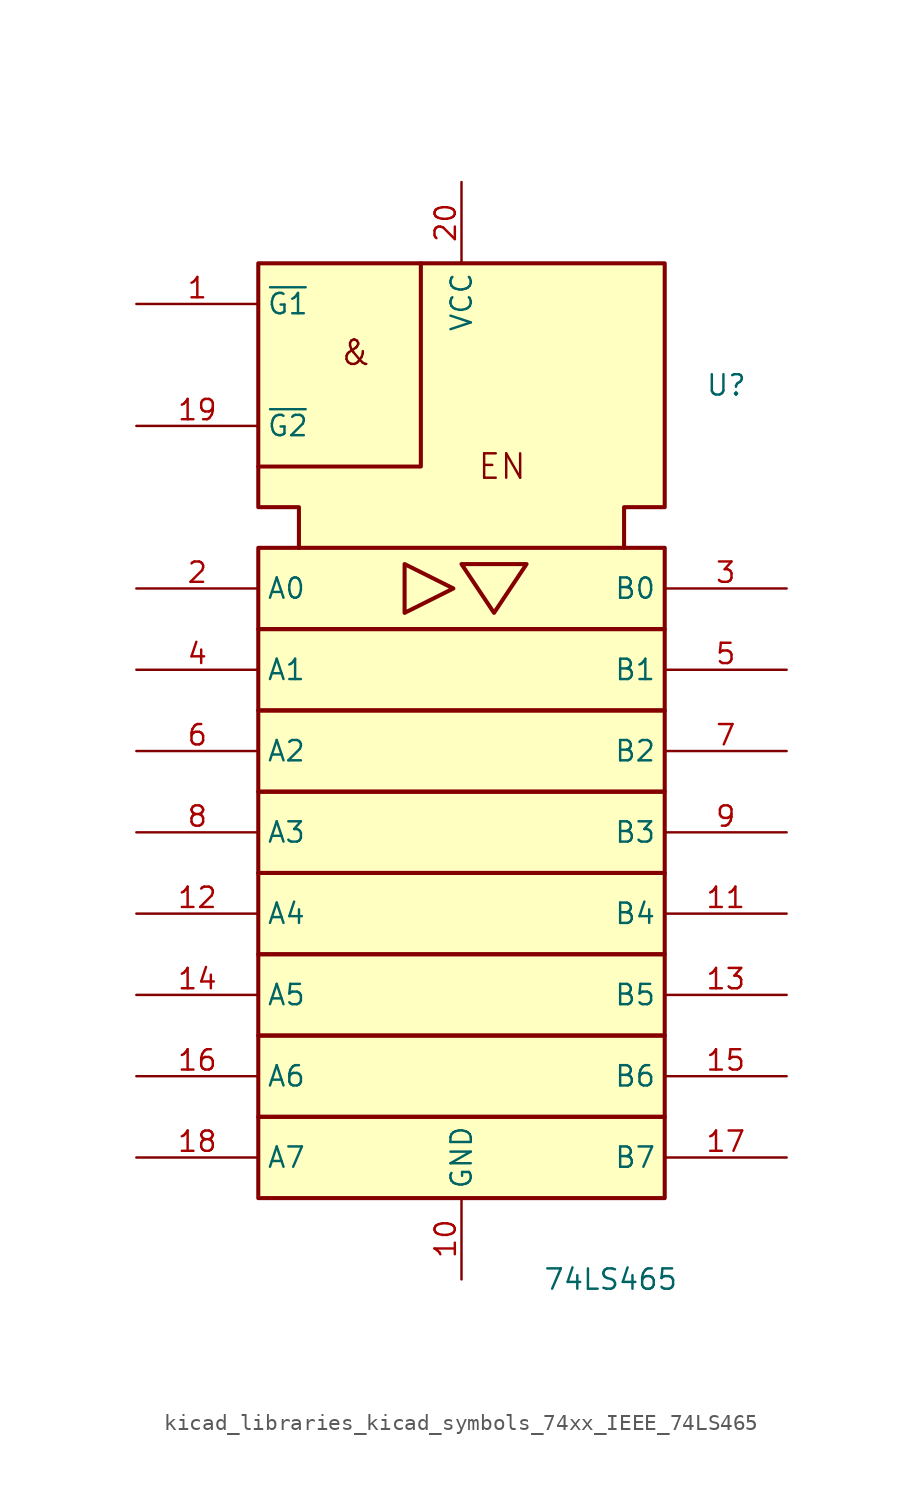
<source format=kicad_sym>
(kicad_symbol_lib
  (version 20220914)
  (generator kicad_symbol_editor)
  (symbol "kicad_libraries_kicad_symbols_74xx_IEEE_74LS465"
    (property "Reference" "U"
      (at 15.24 25.4 0)
      (effects (font (size 1.27 1.27)) (justify left)))
    (property "Value" "74LS465"
      (at 5.08 -30.48 0)
      (effects (font (size 1.27 1.27)) (justify left)))
    (symbol "kicad_libraries_kicad_symbols_74xx_IEEE_74LS465_0_0"
      (polyline (pts (xy -2.54 33.02) (xy -2.54 20.32) (xy -12.7 20.32) (xy -12.7 20.32)) (stroke (width 0.254) (type default)) (fill (type background)))
      (polyline (pts (xy -3.556 14.224) (xy -3.556 11.176) (xy -0.508 12.7) (xy -3.556 14.224) (xy -3.556 14.224)) (stroke (width 0.254) (type default)) (fill (type background)))
      (polyline (pts (xy 0 14.224) (xy 4.064 14.224) (xy 2.032 11.176) (xy 0 14.224) (xy 0 14.224)) (stroke (width 0.254) (type default)) (fill (type background)))
      (text "&" (at -6.604 27.432 0) (effects (font (size 1.524 1.524))))
      (text "EN" (at 2.54 20.32 0) (effects (font (size 1.524 1.524))))
      (pin power_in line (at 0 -30.48 90) (length 5.08) (name "GND" (effects (font (size 1.27 1.27)))) (number "10" (effects (font (size 1.27 1.27)))))
      (pin power_in line (at 0 38.1 270) (length 5.08) (name "VCC" (effects (font (size 1.27 1.27)))) (number "20" (effects (font (size 1.27 1.27))))))
    (symbol "kicad_libraries_kicad_symbols_74xx_IEEE_74LS465_0_1"
      (rectangle (start -12.7 -20.32) (end 12.7 -25.4) (stroke (width 0.254) (type default)) (fill (type background)))
      (rectangle (start -12.7 -15.24) (end 12.7 -20.32) (stroke (width 0.254) (type default)) (fill (type background)))
      (rectangle (start -12.7 -10.16) (end 12.7 -15.24) (stroke (width 0.254) (type default)) (fill (type background)))
      (rectangle (start -12.7 -5.08) (end 12.7 -10.16) (stroke (width 0.254) (type default)) (fill (type background)))
      (rectangle (start -12.7 0) (end 12.7 -5.08) (stroke (width 0.254) (type default)) (fill (type background)))
      (rectangle (start -12.7 5.08) (end 12.7 0) (stroke (width 0.254) (type default)) (fill (type background)))
      (rectangle (start -12.7 10.16) (end 12.7 5.08) (stroke (width 0.254) (type default)) (fill (type background)))
      (rectangle (start -12.7 15.24) (end 12.7 10.16) (stroke (width 0.254) (type default)) (fill (type background)))
      (polyline (pts (xy -10.16 15.24) (xy -10.16 17.78) (xy -12.7 17.78) (xy -12.7 33.02) (xy 12.7 33.02) (xy 12.7 17.78) (xy 10.16 17.78) (xy 10.16 15.24) (xy 10.16 15.24)) (stroke (width 0.254) (type default)) (fill (type background))))
    (symbol "kicad_libraries_kicad_symbols_74xx_IEEE_74LS465_1_1"
      (pin input line (at -20.32 30.48 0) (length 7.62) (name "~{G1}" (effects (font (size 1.27 1.27)))) (number "1" (effects (font (size 1.27 1.27)))))
      (pin tri_state line (at 20.32 -7.62 180) (length 7.62) (name "B4" (effects (font (size 1.27 1.27)))) (number "11" (effects (font (size 1.27 1.27)))))
      (pin tri_state line (at -20.32 -7.62 0) (length 7.62) (name "A4" (effects (font (size 1.27 1.27)))) (number "12" (effects (font (size 1.27 1.27)))))
      (pin tri_state line (at 20.32 -12.7 180) (length 7.62) (name "B5" (effects (font (size 1.27 1.27)))) (number "13" (effects (font (size 1.27 1.27)))))
      (pin tri_state line (at -20.32 -12.7 0) (length 7.62) (name "A5" (effects (font (size 1.27 1.27)))) (number "14" (effects (font (size 1.27 1.27)))))
      (pin tri_state line (at 20.32 -17.78 180) (length 7.62) (name "B6" (effects (font (size 1.27 1.27)))) (number "15" (effects (font (size 1.27 1.27)))))
      (pin tri_state line (at -20.32 -17.78 0) (length 7.62) (name "A6" (effects (font (size 1.27 1.27)))) (number "16" (effects (font (size 1.27 1.27)))))
      (pin tri_state line (at 20.32 -22.86 180) (length 7.62) (name "B7" (effects (font (size 1.27 1.27)))) (number "17" (effects (font (size 1.27 1.27)))))
      (pin tri_state line (at -20.32 -22.86 0) (length 7.62) (name "A7" (effects (font (size 1.27 1.27)))) (number "18" (effects (font (size 1.27 1.27)))))
      (pin input line (at -20.32 22.86 0) (length 7.62) (name "~{G2}" (effects (font (size 1.27 1.27)))) (number "19" (effects (font (size 1.27 1.27)))))
      (pin tri_state line (at -20.32 12.7 0) (length 7.62) (name "A0" (effects (font (size 1.27 1.27)))) (number "2" (effects (font (size 1.27 1.27)))))
      (pin tri_state line (at 20.32 12.7 180) (length 7.62) (name "B0" (effects (font (size 1.27 1.27)))) (number "3" (effects (font (size 1.27 1.27)))))
      (pin tri_state line (at -20.32 7.62 0) (length 7.62) (name "A1" (effects (font (size 1.27 1.27)))) (number "4" (effects (font (size 1.27 1.27)))))
      (pin tri_state line (at 20.32 7.62 180) (length 7.62) (name "B1" (effects (font (size 1.27 1.27)))) (number "5" (effects (font (size 1.27 1.27)))))
      (pin tri_state line (at -20.32 2.54 0) (length 7.62) (name "A2" (effects (font (size 1.27 1.27)))) (number "6" (effects (font (size 1.27 1.27)))))
      (pin tri_state line (at 20.32 2.54 180) (length 7.62) (name "B2" (effects (font (size 1.27 1.27)))) (number "7" (effects (font (size 1.27 1.27)))))
      (pin tri_state line (at -20.32 -2.54 0) (length 7.62) (name "A3" (effects (font (size 1.27 1.27)))) (number "8" (effects (font (size 1.27 1.27)))))
      (pin tri_state line (at 20.32 -2.54 180) (length 7.62) (name "B3" (effects (font (size 1.27 1.27)))) (number "9" (effects (font (size 1.27 1.27))))))))
</source>
